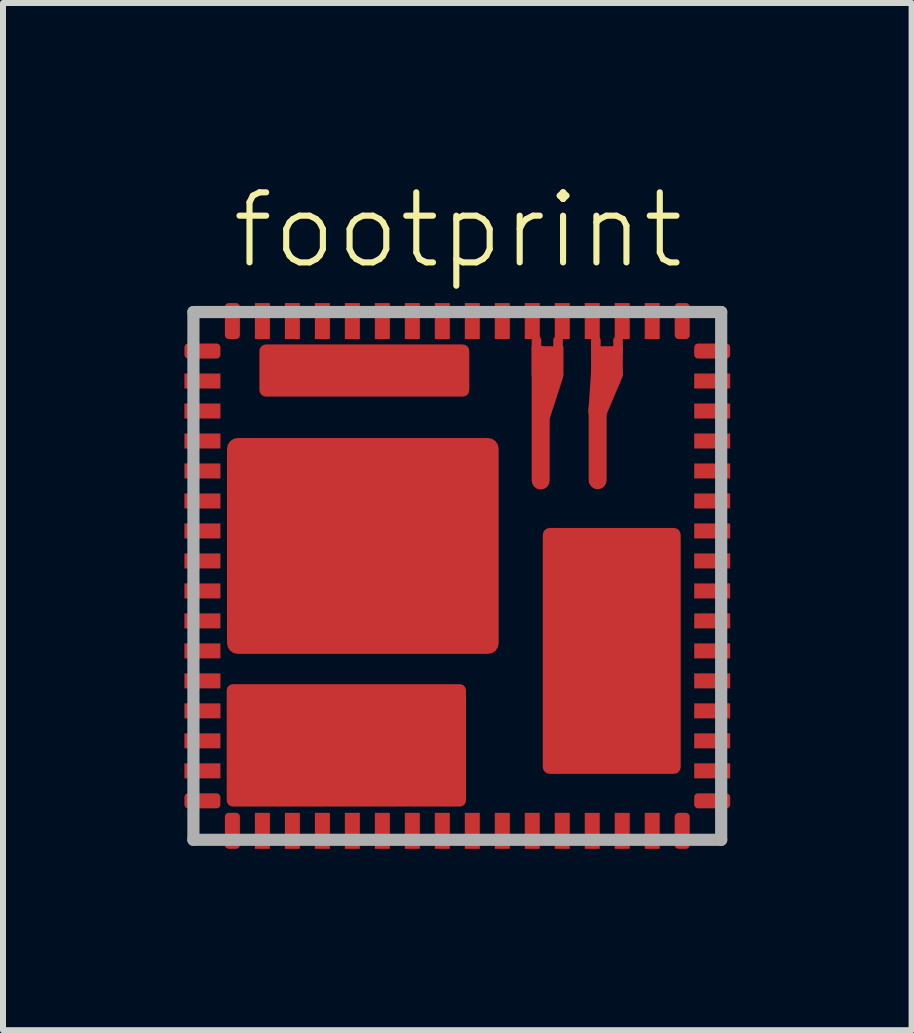
<source format=kicad_pcb>
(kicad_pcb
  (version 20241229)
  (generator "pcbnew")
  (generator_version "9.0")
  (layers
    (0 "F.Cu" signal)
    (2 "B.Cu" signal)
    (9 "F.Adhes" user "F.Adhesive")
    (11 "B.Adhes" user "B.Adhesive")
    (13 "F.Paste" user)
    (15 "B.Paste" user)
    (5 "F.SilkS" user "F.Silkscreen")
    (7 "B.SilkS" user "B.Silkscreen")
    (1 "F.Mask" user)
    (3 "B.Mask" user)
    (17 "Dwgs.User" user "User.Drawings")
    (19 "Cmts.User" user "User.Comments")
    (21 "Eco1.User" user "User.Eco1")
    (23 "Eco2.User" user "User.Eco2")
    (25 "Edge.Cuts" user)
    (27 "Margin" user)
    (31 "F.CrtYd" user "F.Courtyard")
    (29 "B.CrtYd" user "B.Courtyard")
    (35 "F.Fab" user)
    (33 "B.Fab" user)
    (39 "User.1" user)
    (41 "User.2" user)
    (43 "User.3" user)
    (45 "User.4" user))
  (footprint "footprint"
    (layer "F.Cu")
    (at 4.575 6.553)
    (property "Reference" "footprint" (at -3.81 -5.08 0) (layer "F.SilkS") (effects (font (size 1.168 1.168) (thickness 0.102)) (justify left bottom)))
    (fp_line (start 1.32 -3.92) (end 1.32 -1.54) (stroke (width 0.25) (type solid)) (layer "F.Mask"))
    (fp_line (start 1.32 -1.54) (end 1.45 -1.54) (stroke (width 0.25) (type solid)) (layer "F.Mask"))
    (fp_line (start 1.45 -1.54) (end 1.45 -2.63) (stroke (width 0.25) (type solid)) (layer "F.Mask"))
    (fp_line (start 1.675 -3.95) (end 1.675 -3.375) (stroke (width 0.3) (type solid)) (layer "F.Mask"))
    (fp_line (start 1.675 -3.375) (end 1.45 -2.7) (stroke (width 0.3) (type solid)) (layer "F.Mask"))
    (fp_line (start 2.24 -2.63) (end 2.24 -1.5) (stroke (width 0.25) (type solid)) (layer "F.Mask"))
    (fp_line (start 2.24 -1.5) (end 2.43 -1.5) (stroke (width 0.25) (type solid)) (layer "F.Mask"))
    (fp_line (start 2.31 -3.92) (end 2.31 -3.56) (stroke (width 0.25) (type solid)) (layer "F.Mask"))
    (fp_line (start 2.31 -3.56) (end 2.24 -2.63) (stroke (width 0.25) (type solid)) (layer "F.Mask"))
    (fp_line (start 2.43 -2.67) (end 2.68 -3.3) (stroke (width 0.25) (type solid)) (layer "F.Mask"))
    (fp_line (start 2.43 -1.5) (end 2.43 -2.67) (stroke (width 0.25) (type solid)) (layer "F.Mask"))
    (fp_line (start 2.68 -3.92) (end 2.68 -3.3) (stroke (width 0.25) (type solid)) (layer "F.Mask"))
    (fp_poly (pts (xy -4.575 -3.6) (xy -3.925 -3.6) (xy -3.925 -3.9) (xy -4.575 -3.9)) (stroke (width 0) (type solid)) (fill yes) (layer "F.Mask"))
    (fp_poly (pts (xy -4.575 -3.1) (xy -3.925 -3.1) (xy -3.925 -3.4) (xy -4.575 -3.4)) (stroke (width 0) (type solid)) (fill yes) (layer "F.Mask"))
    (fp_poly (pts (xy -4.575 -2.6) (xy -3.925 -2.6) (xy -3.925 -2.9) (xy -4.575 -2.9)) (stroke (width 0) (type solid)) (fill yes) (layer "F.Mask"))
    (fp_poly (pts (xy -4.575 -2.1) (xy -3.925 -2.1) (xy -3.925 -2.4) (xy -4.575 -2.4)) (stroke (width 0) (type solid)) (fill yes) (layer "F.Mask"))
    (fp_poly (pts (xy -4.575 -1.6) (xy -3.925 -1.6) (xy -3.925 -1.9) (xy -4.575 -1.9)) (stroke (width 0) (type solid)) (fill yes) (layer "F.Mask"))
    (fp_poly (pts (xy -4.575 -1.1) (xy -3.925 -1.1) (xy -3.925 -1.4) (xy -4.575 -1.4)) (stroke (width 0) (type solid)) (fill yes) (layer "F.Mask"))
    (fp_poly (pts (xy -4.575 -0.6) (xy -3.925 -0.6) (xy -3.925 -0.9) (xy -4.575 -0.9)) (stroke (width 0) (type solid)) (fill yes) (layer "F.Mask"))
    (fp_poly (pts (xy -4.575 -0.1) (xy -3.925 -0.1) (xy -3.925 -0.4) (xy -4.575 -0.4)) (stroke (width 0) (type solid)) (fill yes) (layer "F.Mask"))
    (fp_poly (pts (xy -4.575 0.4) (xy -3.925 0.4) (xy -3.925 0.1) (xy -4.575 0.1)) (stroke (width 0) (type solid)) (fill yes) (layer "F.Mask"))
    (fp_poly (pts (xy -4.575 0.9) (xy -3.925 0.9) (xy -3.925 0.6) (xy -4.575 0.6)) (stroke (width 0) (type solid)) (fill yes) (layer "F.Mask"))
    (fp_poly (pts (xy -4.575 1.4) (xy -3.925 1.4) (xy -3.925 1.1) (xy -4.575 1.1)) (stroke (width 0) (type solid)) (fill yes) (layer "F.Mask"))
    (fp_poly (pts (xy -4.575 1.9) (xy -3.925 1.9) (xy -3.925 1.6) (xy -4.575 1.6)) (stroke (width 0) (type solid)) (fill yes) (layer "F.Mask"))
    (fp_poly (pts (xy -4.575 2.4) (xy -3.925 2.4) (xy -3.925 2.1) (xy -4.575 2.1)) (stroke (width 0) (type solid)) (fill yes) (layer "F.Mask"))
    (fp_poly (pts (xy -4.575 2.9) (xy -3.925 2.9) (xy -3.925 2.6) (xy -4.575 2.6)) (stroke (width 0) (type solid)) (fill yes) (layer "F.Mask"))
    (fp_poly (pts (xy -4.575 3.4) (xy -3.925 3.4) (xy -3.925 3.1) (xy -4.575 3.1)) (stroke (width 0) (type solid)) (fill yes) (layer "F.Mask"))
    (fp_poly (pts (xy -4.575 3.9) (xy -3.925 3.9) (xy -3.925 3.6) (xy -4.575 3.6)) (stroke (width 0) (type solid)) (fill yes) (layer "F.Mask"))
    (fp_poly (pts (xy -3.9 -4.575) (xy -3.9 -3.925) (xy -3.6 -3.925) (xy -3.6 -4.575)) (stroke (width 0) (type solid)) (fill yes) (layer "F.Mask"))
    (fp_poly (pts (xy -3.875 1.325) (xy 0.725 1.325) (xy 0.725 -2.325) (xy -3.875 -2.325)) (stroke (width 0) (type solid)) (fill yes) (layer "F.Mask"))
    (fp_poly (pts (xy -3.875 3.875) (xy 0.175 3.875) (xy 0.175 1.775) (xy -3.875 1.775)) (stroke (width 0) (type solid)) (fill yes) (layer "F.Mask"))
    (fp_poly (pts (xy -3.6 4.575) (xy -3.6 3.925) (xy -3.9 3.925) (xy -3.9 4.575)) (stroke (width 0) (type solid)) (fill yes) (layer "F.Mask"))
    (fp_poly (pts (xy -3.4 -4.575) (xy -3.4 -3.925) (xy -3.1 -3.925) (xy -3.1 -4.575)) (stroke (width 0) (type solid)) (fill yes) (layer "F.Mask"))
    (fp_poly (pts (xy -3.325 -2.975) (xy 0.225 -2.975) (xy 0.225 -3.875) (xy -3.325 -3.875)) (stroke (width 0) (type solid)) (fill yes) (layer "F.Mask"))
    (fp_poly (pts (xy -3.1 4.575) (xy -3.1 3.925) (xy -3.4 3.925) (xy -3.4 4.575)) (stroke (width 0) (type solid)) (fill yes) (layer "F.Mask"))
    (fp_poly (pts (xy -2.9 -4.575) (xy -2.9 -3.925) (xy -2.6 -3.925) (xy -2.6 -4.575)) (stroke (width 0) (type solid)) (fill yes) (layer "F.Mask"))
    (fp_poly (pts (xy -2.6 4.575) (xy -2.6 3.925) (xy -2.9 3.925) (xy -2.9 4.575)) (stroke (width 0) (type solid)) (fill yes) (layer "F.Mask"))
    (fp_poly (pts (xy -2.4 -4.575) (xy -2.4 -3.925) (xy -2.1 -3.925) (xy -2.1 -4.575)) (stroke (width 0) (type solid)) (fill yes) (layer "F.Mask"))
    (fp_poly (pts (xy -2.1 4.575) (xy -2.1 3.925) (xy -2.4 3.925) (xy -2.4 4.575)) (stroke (width 0) (type solid)) (fill yes) (layer "F.Mask"))
    (fp_poly (pts (xy -1.9 -4.575) (xy -1.9 -3.925) (xy -1.6 -3.925) (xy -1.6 -4.575)) (stroke (width 0) (type solid)) (fill yes) (layer "F.Mask"))
    (fp_poly (pts (xy -1.6 4.575) (xy -1.6 3.925) (xy -1.9 3.925) (xy -1.9 4.575)) (stroke (width 0) (type solid)) (fill yes) (layer "F.Mask"))
    (fp_poly (pts (xy -1.4 -4.575) (xy -1.4 -3.925) (xy -1.1 -3.925) (xy -1.1 -4.575)) (stroke (width 0) (type solid)) (fill yes) (layer "F.Mask"))
    (fp_poly (pts (xy -1.1 4.575) (xy -1.1 3.925) (xy -1.4 3.925) (xy -1.4 4.575)) (stroke (width 0) (type solid)) (fill yes) (layer "F.Mask"))
    (fp_poly (pts (xy -0.9 -4.575) (xy -0.9 -3.925) (xy -0.6 -3.925) (xy -0.6 -4.575)) (stroke (width 0) (type solid)) (fill yes) (layer "F.Mask"))
    (fp_poly (pts (xy -0.6 4.575) (xy -0.6 3.925) (xy -0.9 3.925) (xy -0.9 4.575)) (stroke (width 0) (type solid)) (fill yes) (layer "F.Mask"))
    (fp_poly (pts (xy -0.4 -4.575) (xy -0.4 -3.925) (xy -0.1 -3.925) (xy -0.1 -4.575)) (stroke (width 0) (type solid)) (fill yes) (layer "F.Mask"))
    (fp_poly (pts (xy -0.1 4.575) (xy -0.1 3.925) (xy -0.4 3.925) (xy -0.4 4.575)) (stroke (width 0) (type solid)) (fill yes) (layer "F.Mask"))
    (fp_poly (pts (xy 0.1 -4.575) (xy 0.1 -3.925) (xy 0.4 -3.925) (xy 0.4 -4.575)) (stroke (width 0) (type solid)) (fill yes) (layer "F.Mask"))
    (fp_poly (pts (xy 0.4 4.575) (xy 0.4 3.925) (xy 0.1 3.925) (xy 0.1 4.575)) (stroke (width 0) (type solid)) (fill yes) (layer "F.Mask"))
    (fp_poly (pts (xy 0.6 -4.575) (xy 0.6 -3.925) (xy 0.9 -3.925) (xy 0.9 -4.575)) (stroke (width 0) (type solid)) (fill yes) (layer "F.Mask"))
    (fp_poly (pts (xy 0.9 4.575) (xy 0.9 3.925) (xy 0.6 3.925) (xy 0.6 4.575)) (stroke (width 0) (type solid)) (fill yes) (layer "F.Mask"))
    (fp_poly (pts (xy 1.1 -4.575) (xy 1.1 -3.925) (xy 1.4 -3.925) (xy 1.4 -4.575)) (stroke (width 0) (type solid)) (fill yes) (layer "F.Mask"))
    (fp_poly (pts (xy 1.4 -2.95) (xy 1.55 -2.95) (xy 1.55 -3.85) (xy 1.4 -3.85)) (stroke (width 0) (type solid)) (fill yes) (layer "F.Mask"))
    (fp_poly (pts (xy 1.4 3.325) (xy 3.75 3.325) (xy 3.75 -0.825) (xy 1.4 -0.825)) (stroke (width 0) (type solid)) (fill yes) (layer "F.Mask"))
    (fp_poly (pts (xy 1.4 4.575) (xy 1.4 3.925) (xy 1.1 3.925) (xy 1.1 4.575)) (stroke (width 0) (type solid)) (fill yes) (layer "F.Mask"))
    (fp_poly (pts (xy 1.6 -4.575) (xy 1.6 -3.925) (xy 1.9 -3.925) (xy 1.9 -4.575)) (stroke (width 0) (type solid)) (fill yes) (layer "F.Mask"))
    (fp_poly (pts (xy 1.9 4.575) (xy 1.9 3.925) (xy 1.6 3.925) (xy 1.6 4.575)) (stroke (width 0) (type solid)) (fill yes) (layer "F.Mask"))
    (fp_poly (pts (xy 2.1 -4.575) (xy 2.1 -3.925) (xy 2.4 -3.925) (xy 2.4 -4.575)) (stroke (width 0) (type solid)) (fill yes) (layer "F.Mask"))
    (fp_poly (pts (xy 2.35 -2.84) (xy 2.6 -2.84) (xy 2.6 -3.85) (xy 2.35 -3.85)) (stroke (width 0) (type solid)) (fill yes) (layer "F.Mask"))
    (fp_poly (pts (xy 2.4 4.575) (xy 2.4 3.925) (xy 2.1 3.925) (xy 2.1 4.575)) (stroke (width 0) (type solid)) (fill yes) (layer "F.Mask"))
    (fp_poly (pts (xy 2.6 -4.575) (xy 2.6 -3.925) (xy 2.9 -3.925) (xy 2.9 -4.575)) (stroke (width 0) (type solid)) (fill yes) (layer "F.Mask"))
    (fp_poly (pts (xy 2.9 4.575) (xy 2.9 3.925) (xy 2.6 3.925) (xy 2.6 4.575)) (stroke (width 0) (type solid)) (fill yes) (layer "F.Mask"))
    (fp_poly (pts (xy 3.1 -4.575) (xy 3.1 -3.925) (xy 3.4 -3.925) (xy 3.4 -4.575)) (stroke (width 0) (type solid)) (fill yes) (layer "F.Mask"))
    (fp_poly (pts (xy 3.4 4.575) (xy 3.4 3.925) (xy 3.1 3.925) (xy 3.1 4.575)) (stroke (width 0) (type solid)) (fill yes) (layer "F.Mask"))
    (fp_poly (pts (xy 3.6 -4.575) (xy 3.6 -3.925) (xy 3.9 -3.925) (xy 3.9 -4.575)) (stroke (width 0) (type solid)) (fill yes) (layer "F.Mask"))
    (fp_poly (pts (xy 3.9 4.575) (xy 3.9 3.925) (xy 3.6 3.925) (xy 3.6 4.575)) (stroke (width 0) (type solid)) (fill yes) (layer "F.Mask"))
    (fp_poly (pts (xy 4.575 -3.9) (xy 3.925 -3.9) (xy 3.925 -3.6) (xy 4.575 -3.6)) (stroke (width 0) (type solid)) (fill yes) (layer "F.Mask"))
    (fp_poly (pts (xy 4.575 -3.4) (xy 3.925 -3.4) (xy 3.925 -3.1) (xy 4.575 -3.1)) (stroke (width 0) (type solid)) (fill yes) (layer "F.Mask"))
    (fp_poly (pts (xy 4.575 -2.9) (xy 3.925 -2.9) (xy 3.925 -2.6) (xy 4.575 -2.6)) (stroke (width 0) (type solid)) (fill yes) (layer "F.Mask"))
    (fp_poly (pts (xy 4.575 -2.4) (xy 3.925 -2.4) (xy 3.925 -2.1) (xy 4.575 -2.1)) (stroke (width 0) (type solid)) (fill yes) (layer "F.Mask"))
    (fp_poly (pts (xy 4.575 -1.9) (xy 3.925 -1.9) (xy 3.925 -1.6) (xy 4.575 -1.6)) (stroke (width 0) (type solid)) (fill yes) (layer "F.Mask"))
    (fp_poly (pts (xy 4.575 -1.4) (xy 3.925 -1.4) (xy 3.925 -1.1) (xy 4.575 -1.1)) (stroke (width 0) (type solid)) (fill yes) (layer "F.Mask"))
    (fp_poly (pts (xy 4.575 -0.9) (xy 3.925 -0.9) (xy 3.925 -0.6) (xy 4.575 -0.6)) (stroke (width 0) (type solid)) (fill yes) (layer "F.Mask"))
    (fp_poly (pts (xy 4.575 -0.4) (xy 3.925 -0.4) (xy 3.925 -0.1) (xy 4.575 -0.1)) (stroke (width 0) (type solid)) (fill yes) (layer "F.Mask"))
    (fp_poly (pts (xy 4.575 0.1) (xy 3.925 0.1) (xy 3.925 0.4) (xy 4.575 0.4)) (stroke (width 0) (type solid)) (fill yes) (layer "F.Mask"))
    (fp_poly (pts (xy 4.575 0.6) (xy 3.925 0.6) (xy 3.925 0.9) (xy 4.575 0.9)) (stroke (width 0) (type solid)) (fill yes) (layer "F.Mask"))
    (fp_poly (pts (xy 4.575 1.1) (xy 3.925 1.1) (xy 3.925 1.4) (xy 4.575 1.4)) (stroke (width 0) (type solid)) (fill yes) (layer "F.Mask"))
    (fp_poly (pts (xy 4.575 1.6) (xy 3.925 1.6) (xy 3.925 1.9) (xy 4.575 1.9)) (stroke (width 0) (type solid)) (fill yes) (layer "F.Mask"))
    (fp_poly (pts (xy 4.575 2.1) (xy 3.925 2.1) (xy 3.925 2.4) (xy 4.575 2.4)) (stroke (width 0) (type solid)) (fill yes) (layer "F.Mask"))
    (fp_poly (pts (xy 4.575 2.6) (xy 3.925 2.6) (xy 3.925 2.9) (xy 4.575 2.9)) (stroke (width 0) (type solid)) (fill yes) (layer "F.Mask"))
    (fp_poly (pts (xy 4.575 3.1) (xy 3.925 3.1) (xy 3.925 3.4) (xy 4.575 3.4)) (stroke (width 0) (type solid)) (fill yes) (layer "F.Mask"))
    (fp_poly (pts (xy 4.575 3.6) (xy 3.925 3.6) (xy 3.925 3.9) (xy 4.575 3.9)) (stroke (width 0) (type solid)) (fill yes) (layer "F.Mask"))
    (fp_line (start 1.39 -3.67) (end 1.62 -3.67) (stroke (width 0.25) (type solid)) (layer "F.Paste"))
    (fp_line (start 1.39 -2.66) (end 1.39 -3.67) (stroke (width 0.25) (type solid)) (layer "F.Paste"))
    (fp_line (start 1.39 -1.59) (end 1.39 -2.66) (stroke (width 0.25) (type solid)) (layer "F.Paste"))
    (fp_line (start 1.62 -3.67) (end 1.62 -3.4) (stroke (width 0.25) (type solid)) (layer "F.Paste"))
    (fp_line (start 1.62 -3.4) (end 1.39 -2.66) (stroke (width 0.25) (type solid)) (layer "F.Paste"))
    (fp_line (start 2.33 -2.74) (end 2.59 -3.36) (stroke (width 0.25) (type solid)) (layer "F.Paste"))
    (fp_line (start 2.34 -1.6) (end 2.33 -2.74) (stroke (width 0.25) (type solid)) (layer "F.Paste"))
    (fp_line (start 2.39 -3.68) (end 2.33 -2.72) (stroke (width 0.25) (type solid)) (layer "F.Paste"))
    (fp_line (start 2.59 -3.68) (end 2.39 -3.68) (stroke (width 0.25) (type solid)) (layer "F.Paste"))
    (fp_line (start 2.59 -3.36) (end 2.59 -3.68) (stroke (width 0.25) (type solid)) (layer "F.Paste"))
    (fp_poly (pts (xy -4.525 -3.65) (xy -3.975 -3.65) (xy -3.975 -3.85) (xy -4.525 -3.85)) (stroke (width 0) (type solid)) (fill yes) (layer "F.Paste"))
    (fp_poly (pts (xy -4.525 -3.15) (xy -3.975 -3.15) (xy -3.975 -3.35) (xy -4.525 -3.35)) (stroke (width 0) (type solid)) (fill yes) (layer "F.Paste"))
    (fp_poly (pts (xy -4.525 -2.65) (xy -3.975 -2.65) (xy -3.975 -2.85) (xy -4.525 -2.85)) (stroke (width 0) (type solid)) (fill yes) (layer "F.Paste"))
    (fp_poly (pts (xy -4.525 -2.15) (xy -3.975 -2.15) (xy -3.975 -2.35) (xy -4.525 -2.35)) (stroke (width 0) (type solid)) (fill yes) (layer "F.Paste"))
    (fp_poly (pts (xy -4.525 -1.65) (xy -3.975 -1.65) (xy -3.975 -1.85) (xy -4.525 -1.85)) (stroke (width 0) (type solid)) (fill yes) (layer "F.Paste"))
    (fp_poly (pts (xy -4.525 -1.15) (xy -3.975 -1.15) (xy -3.975 -1.35) (xy -4.525 -1.35)) (stroke (width 0) (type solid)) (fill yes) (layer "F.Paste"))
    (fp_poly (pts (xy -4.525 -0.65) (xy -3.975 -0.65) (xy -3.975 -0.85) (xy -4.525 -0.85)) (stroke (width 0) (type solid)) (fill yes) (layer "F.Paste"))
    (fp_poly (pts (xy -4.525 -0.15) (xy -3.975 -0.15) (xy -3.975 -0.35) (xy -4.525 -0.35)) (stroke (width 0) (type solid)) (fill yes) (layer "F.Paste"))
    (fp_poly (pts (xy -4.525 0.35) (xy -3.975 0.35) (xy -3.975 0.15) (xy -4.525 0.15)) (stroke (width 0) (type solid)) (fill yes) (layer "F.Paste"))
    (fp_poly (pts (xy -4.525 0.85) (xy -3.975 0.85) (xy -3.975 0.65) (xy -4.525 0.65)) (stroke (width 0) (type solid)) (fill yes) (layer "F.Paste"))
    (fp_poly (pts (xy -4.525 1.35) (xy -3.975 1.35) (xy -3.975 1.15) (xy -4.525 1.15)) (stroke (width 0) (type solid)) (fill yes) (layer "F.Paste"))
    (fp_poly (pts (xy -4.525 1.85) (xy -3.975 1.85) (xy -3.975 1.65) (xy -4.525 1.65)) (stroke (width 0) (type solid)) (fill yes) (layer "F.Paste"))
    (fp_poly (pts (xy -4.525 2.35) (xy -3.975 2.35) (xy -3.975 2.15) (xy -4.525 2.15)) (stroke (width 0) (type solid)) (fill yes) (layer "F.Paste"))
    (fp_poly (pts (xy -4.525 2.85) (xy -3.975 2.85) (xy -3.975 2.65) (xy -4.525 2.65)) (stroke (width 0) (type solid)) (fill yes) (layer "F.Paste"))
    (fp_poly (pts (xy -4.525 3.35) (xy -3.975 3.35) (xy -3.975 3.15) (xy -4.525 3.15)) (stroke (width 0) (type solid)) (fill yes) (layer "F.Paste"))
    (fp_poly (pts (xy -4.525 3.85) (xy -3.975 3.85) (xy -3.975 3.65) (xy -4.525 3.65)) (stroke (width 0) (type solid)) (fill yes) (layer "F.Paste"))
    (fp_poly (pts (xy -3.85 -4.525) (xy -3.85 -3.975) (xy -3.65 -3.975) (xy -3.65 -4.525)) (stroke (width 0) (type solid)) (fill yes) (layer "F.Paste"))
    (fp_poly (pts (xy -3.75 3.76) (xy 0.03 3.76) (xy 0.03 1.91) (xy -3.75 1.91)) (stroke (width 0) (type solid)) (fill yes) (layer "F.Paste"))
    (fp_poly (pts (xy -3.72 1.19) (xy 0.59 1.19) (xy 0.59 -2.18) (xy -3.72 -2.18)) (stroke (width 0) (type solid)) (fill yes) (layer "F.Paste"))
    (fp_poly (pts (xy -3.65 4.525) (xy -3.65 3.975) (xy -3.85 3.975) (xy -3.85 4.525)) (stroke (width 0) (type solid)) (fill yes) (layer "F.Paste"))
    (fp_poly (pts (xy -3.35 -4.525) (xy -3.35 -3.975) (xy -3.15 -3.975) (xy -3.15 -4.525)) (stroke (width 0) (type solid)) (fill yes) (layer "F.Paste"))
    (fp_poly (pts (xy -3.23 -3.05) (xy 0.13 -3.05) (xy 0.13 -3.8) (xy -3.23 -3.8)) (stroke (width 0) (type solid)) (fill yes) (layer "F.Paste"))
    (fp_poly (pts (xy -3.15 4.525) (xy -3.15 3.975) (xy -3.35 3.975) (xy -3.35 4.525)) (stroke (width 0) (type solid)) (fill yes) (layer "F.Paste"))
    (fp_poly (pts (xy -2.85 -4.525) (xy -2.85 -3.975) (xy -2.65 -3.975) (xy -2.65 -4.525)) (stroke (width 0) (type solid)) (fill yes) (layer "F.Paste"))
    (fp_poly (pts (xy -2.65 4.525) (xy -2.65 3.975) (xy -2.85 3.975) (xy -2.85 4.525)) (stroke (width 0) (type solid)) (fill yes) (layer "F.Paste"))
    (fp_poly (pts (xy -2.35 -4.525) (xy -2.35 -3.975) (xy -2.15 -3.975) (xy -2.15 -4.525)) (stroke (width 0) (type solid)) (fill yes) (layer "F.Paste"))
    (fp_poly (pts (xy -2.15 4.525) (xy -2.15 3.975) (xy -2.35 3.975) (xy -2.35 4.525)) (stroke (width 0) (type solid)) (fill yes) (layer "F.Paste"))
    (fp_poly (pts (xy -1.85 -4.525) (xy -1.85 -3.975) (xy -1.65 -3.975) (xy -1.65 -4.525)) (stroke (width 0) (type solid)) (fill yes) (layer "F.Paste"))
    (fp_poly (pts (xy -1.65 4.525) (xy -1.65 3.975) (xy -1.85 3.975) (xy -1.85 4.525)) (stroke (width 0) (type solid)) (fill yes) (layer "F.Paste"))
    (fp_poly (pts (xy -1.35 -4.525) (xy -1.35 -3.975) (xy -1.15 -3.975) (xy -1.15 -4.525)) (stroke (width 0) (type solid)) (fill yes) (layer "F.Paste"))
    (fp_poly (pts (xy -1.15 4.525) (xy -1.15 3.975) (xy -1.35 3.975) (xy -1.35 4.525)) (stroke (width 0) (type solid)) (fill yes) (layer "F.Paste"))
    (fp_poly (pts (xy -0.85 -4.525) (xy -0.85 -3.975) (xy -0.65 -3.975) (xy -0.65 -4.525)) (stroke (width 0) (type solid)) (fill yes) (layer "F.Paste"))
    (fp_poly (pts (xy -0.65 4.525) (xy -0.65 3.975) (xy -0.85 3.975) (xy -0.85 4.525)) (stroke (width 0) (type solid)) (fill yes) (layer "F.Paste"))
    (fp_poly (pts (xy -0.35 -4.525) (xy -0.35 -3.975) (xy -0.15 -3.975) (xy -0.15 -4.525)) (stroke (width 0) (type solid)) (fill yes) (layer "F.Paste"))
    (fp_poly (pts (xy -0.15 4.525) (xy -0.15 3.975) (xy -0.35 3.975) (xy -0.35 4.525)) (stroke (width 0) (type solid)) (fill yes) (layer "F.Paste"))
    (fp_poly (pts (xy 0.15 -4.525) (xy 0.15 -3.975) (xy 0.35 -3.975) (xy 0.35 -4.525)) (stroke (width 0) (type solid)) (fill yes) (layer "F.Paste"))
    (fp_poly (pts (xy 0.35 4.525) (xy 0.35 3.975) (xy 0.15 3.975) (xy 0.15 4.525)) (stroke (width 0) (type solid)) (fill yes) (layer "F.Paste"))
    (fp_poly (pts (xy 0.65 -4.525) (xy 0.65 -3.975) (xy 0.85 -3.975) (xy 0.85 -4.525)) (stroke (width 0) (type solid)) (fill yes) (layer "F.Paste"))
    (fp_poly (pts (xy 0.85 4.525) (xy 0.85 3.975) (xy 0.65 3.975) (xy 0.65 4.525)) (stroke (width 0) (type solid)) (fill yes) (layer "F.Paste"))
    (fp_poly (pts (xy 1.15 -4.525) (xy 1.15 -3.975) (xy 1.35 -3.975) (xy 1.35 -4.525)) (stroke (width 0) (type solid)) (fill yes) (layer "F.Paste"))
    (fp_poly (pts (xy 1.35 4.525) (xy 1.35 3.975) (xy 1.15 3.975) (xy 1.15 4.525)) (stroke (width 0) (type solid)) (fill yes) (layer "F.Paste"))
    (fp_poly (pts (xy 1.51 3.21) (xy 3.63 3.21) (xy 3.63 -0.7) (xy 1.51 -0.7)) (stroke (width 0) (type solid)) (fill yes) (layer "F.Paste"))
    (fp_poly (pts (xy 1.65 -4.525) (xy 1.65 -3.975) (xy 1.85 -3.975) (xy 1.85 -4.525)) (stroke (width 0) (type solid)) (fill yes) (layer "F.Paste"))
    (fp_poly (pts (xy 1.85 4.525) (xy 1.85 3.975) (xy 1.65 3.975) (xy 1.65 4.525)) (stroke (width 0) (type solid)) (fill yes) (layer "F.Paste"))
    (fp_poly (pts (xy 2.15 -4.525) (xy 2.15 -3.975) (xy 2.35 -3.975) (xy 2.35 -4.525)) (stroke (width 0) (type solid)) (fill yes) (layer "F.Paste"))
    (fp_poly (pts (xy 2.35 4.525) (xy 2.35 3.975) (xy 2.15 3.975) (xy 2.15 4.525)) (stroke (width 0) (type solid)) (fill yes) (layer "F.Paste"))
    (fp_poly (pts (xy 2.65 -4.525) (xy 2.65 -3.975) (xy 2.85 -3.975) (xy 2.85 -4.525)) (stroke (width 0) (type solid)) (fill yes) (layer "F.Paste"))
    (fp_poly (pts (xy 2.85 4.525) (xy 2.85 3.975) (xy 2.65 3.975) (xy 2.65 4.525)) (stroke (width 0) (type solid)) (fill yes) (layer "F.Paste"))
    (fp_poly (pts (xy 3.15 -4.525) (xy 3.15 -3.975) (xy 3.35 -3.975) (xy 3.35 -4.525)) (stroke (width 0) (type solid)) (fill yes) (layer "F.Paste"))
    (fp_poly (pts (xy 3.35 4.525) (xy 3.35 3.975) (xy 3.15 3.975) (xy 3.15 4.525)) (stroke (width 0) (type solid)) (fill yes) (layer "F.Paste"))
    (fp_poly (pts (xy 3.65 -4.525) (xy 3.65 -3.975) (xy 3.85 -3.975) (xy 3.85 -4.525)) (stroke (width 0) (type solid)) (fill yes) (layer "F.Paste"))
    (fp_poly (pts (xy 3.85 4.525) (xy 3.85 3.975) (xy 3.65 3.975) (xy 3.65 4.525)) (stroke (width 0) (type solid)) (fill yes) (layer "F.Paste"))
    (fp_poly (pts (xy 4.525 -3.85) (xy 3.975 -3.85) (xy 3.975 -3.65) (xy 4.525 -3.65)) (stroke (width 0) (type solid)) (fill yes) (layer "F.Paste"))
    (fp_poly (pts (xy 4.525 -3.35) (xy 3.975 -3.35) (xy 3.975 -3.15) (xy 4.525 -3.15)) (stroke (width 0) (type solid)) (fill yes) (layer "F.Paste"))
    (fp_poly (pts (xy 4.525 -2.85) (xy 3.975 -2.85) (xy 3.975 -2.65) (xy 4.525 -2.65)) (stroke (width 0) (type solid)) (fill yes) (layer "F.Paste"))
    (fp_poly (pts (xy 4.525 -2.35) (xy 3.975 -2.35) (xy 3.975 -2.15) (xy 4.525 -2.15)) (stroke (width 0) (type solid)) (fill yes) (layer "F.Paste"))
    (fp_poly (pts (xy 4.525 -1.85) (xy 3.975 -1.85) (xy 3.975 -1.65) (xy 4.525 -1.65)) (stroke (width 0) (type solid)) (fill yes) (layer "F.Paste"))
    (fp_poly (pts (xy 4.525 -1.35) (xy 3.975 -1.35) (xy 3.975 -1.15) (xy 4.525 -1.15)) (stroke (width 0) (type solid)) (fill yes) (layer "F.Paste"))
    (fp_poly (pts (xy 4.525 -0.85) (xy 3.975 -0.85) (xy 3.975 -0.65) (xy 4.525 -0.65)) (stroke (width 0) (type solid)) (fill yes) (layer "F.Paste"))
    (fp_poly (pts (xy 4.525 -0.35) (xy 3.975 -0.35) (xy 3.975 -0.15) (xy 4.525 -0.15)) (stroke (width 0) (type solid)) (fill yes) (layer "F.Paste"))
    (fp_poly (pts (xy 4.525 0.15) (xy 3.975 0.15) (xy 3.975 0.35) (xy 4.525 0.35)) (stroke (width 0) (type solid)) (fill yes) (layer "F.Paste"))
    (fp_poly (pts (xy 4.525 0.65) (xy 3.975 0.65) (xy 3.975 0.85) (xy 4.525 0.85)) (stroke (width 0) (type solid)) (fill yes) (layer "F.Paste"))
    (fp_poly (pts (xy 4.525 1.15) (xy 3.975 1.15) (xy 3.975 1.35) (xy 4.525 1.35)) (stroke (width 0) (type solid)) (fill yes) (layer "F.Paste"))
    (fp_poly (pts (xy 4.525 1.65) (xy 3.975 1.65) (xy 3.975 1.85) (xy 4.525 1.85)) (stroke (width 0) (type solid)) (fill yes) (layer "F.Paste"))
    (fp_poly (pts (xy 4.525 2.15) (xy 3.975 2.15) (xy 3.975 2.35) (xy 4.525 2.35)) (stroke (width 0) (type solid)) (fill yes) (layer "F.Paste"))
    (fp_poly (pts (xy 4.525 2.65) (xy 3.975 2.65) (xy 3.975 2.85) (xy 4.525 2.85)) (stroke (width 0) (type solid)) (fill yes) (layer "F.Paste"))
    (fp_poly (pts (xy 4.525 3.15) (xy 3.975 3.15) (xy 3.975 3.35) (xy 4.525 3.35)) (stroke (width 0) (type solid)) (fill yes) (layer "F.Paste"))
    (fp_poly (pts (xy 4.525 3.65) (xy 3.975 3.65) (xy 3.975 3.85) (xy 4.525 3.85)) (stroke (width 0) (type solid)) (fill yes) (layer "F.Paste"))
    (fp_line (start -4.4 -4.4) (end -4.4 4.4) (stroke (width 0.203) (type solid)) (layer "F.Fab"))
    (fp_line (start -4.4 4.4) (end 4.4 4.4) (stroke (width 0.203) (type solid)) (layer "F.Fab"))
    (fp_line (start 4.4 -4.4) (end -4.4 -4.4) (stroke (width 0.203) (type solid)) (layer "F.Fab"))
    (fp_line (start 4.4 4.4) (end 4.4 -4.4) (stroke (width 0.203) (type solid)) (layer "F.Fab"))
    (pad "1" smd roundrect (at -4.25 -3.75) (size 0.6 0.25) (layers "F.Cu") (roundrect_rratio 0.25))
    (pad "2" smd rect (at -4.25 -3.25) (size 0.6 0.25) (layers "F.Cu"))
    (pad "3" smd rect (at -4.25 -2.75) (size 0.6 0.25) (layers "F.Cu"))
    (pad "4" smd rect (at -4.25 -2.25) (size 0.6 0.25) (layers "F.Cu"))
    (pad "5" smd rect (at -4.25 -1.75) (size 0.6 0.25) (layers "F.Cu"))
    (pad "6" smd rect (at -4.25 -1.25) (size 0.6 0.25) (layers "F.Cu"))
    (pad "7" smd rect (at -4.25 -0.75) (size 0.6 0.25) (layers "F.Cu"))
    (pad "8" smd rect (at -4.25 -0.25) (size 0.6 0.25) (layers "F.Cu"))
    (pad "9" smd rect (at -4.25 0.25) (size 0.6 0.25) (layers "F.Cu"))
    (pad "10" smd rect (at -4.25 0.75) (size 0.6 0.25) (layers "F.Cu"))
    (pad "11" smd rect (at -4.25 1.25) (size 0.6 0.25) (layers "F.Cu"))
    (pad "12" smd rect (at -4.25 1.75) (size 0.6 0.25) (layers "F.Cu"))
    (pad "13" smd rect (at -4.25 2.25) (size 0.6 0.25) (layers "F.Cu"))
    (pad "14" smd rect (at -4.25 2.75) (size 0.6 0.25) (layers "F.Cu"))
    (pad "15" smd rect (at -4.25 3.25) (size 0.6 0.25) (layers "F.Cu"))
    (pad "16" smd roundrect (at -4.25 3.75) (size 0.6 0.25) (layers "F.Cu") (roundrect_rratio 0.25))
    (pad "17" smd roundrect (at -3.75 4.25 90) (size 0.6 0.25) (layers "F.Cu") (roundrect_rratio 0.25))
    (pad "18" smd rect (at -3.25 4.25 90) (size 0.6 0.25) (layers "F.Cu"))
    (pad "19" smd rect (at -2.75 4.25 90) (size 0.6 0.25) (layers "F.Cu"))
    (pad "20" smd rect (at -2.25 4.25 90) (size 0.6 0.25) (layers "F.Cu"))
    (pad "21" smd rect (at -1.75 4.25 90) (size 0.6 0.25) (layers "F.Cu"))
    (pad "22" smd rect (at -1.25 4.25 90) (size 0.6 0.25) (layers "F.Cu"))
    (pad "23" smd rect (at -0.75 4.25 90) (size 0.6 0.25) (layers "F.Cu"))
    (pad "24" smd rect (at -0.25 4.25 90) (size 0.6 0.25) (layers "F.Cu"))
    (pad "25" smd rect (at 0.25 4.25 90) (size 0.6 0.25) (layers "F.Cu"))
    (pad "26" smd rect (at 0.75 4.25 90) (size 0.6 0.25) (layers "F.Cu"))
    (pad "27" smd rect (at 1.25 4.25 90) (size 0.6 0.25) (layers "F.Cu"))
    (pad "28" smd rect (at 1.75 4.25 90) (size 0.6 0.25) (layers "F.Cu"))
    (pad "29" smd rect (at 2.25 4.25 90) (size 0.6 0.25) (layers "F.Cu"))
    (pad "30" smd rect (at 2.75 4.25 90) (size 0.6 0.25) (layers "F.Cu"))
    (pad "31" smd rect (at 3.25 4.25 90) (size 0.6 0.25) (layers "F.Cu"))
    (pad "32" smd roundrect (at 3.75 4.25 90) (size 0.6 0.25) (layers "F.Cu") (roundrect_rratio 0.25))
    (pad "33" smd roundrect (at 4.25 3.75 180) (size 0.6 0.25) (layers "F.Cu") (roundrect_rratio 0.25))
    (pad "34" smd rect (at 4.25 3.25 180) (size 0.6 0.25) (layers "F.Cu"))
    (pad "35" smd rect (at 4.25 2.75 180) (size 0.6 0.25) (layers "F.Cu"))
    (pad "36" smd rect (at 4.25 2.25 180) (size 0.6 0.25) (layers "F.Cu"))
    (pad "37" smd rect (at 4.25 1.75 180) (size 0.6 0.25) (layers "F.Cu"))
    (pad "38" smd rect (at 4.25 1.25 180) (size 0.6 0.25) (layers "F.Cu"))
    (pad "39" smd rect (at 4.25 0.75 180) (size 0.6 0.25) (layers "F.Cu"))
    (pad "40" smd rect (at 4.25 0.25 180) (size 0.6 0.25) (layers "F.Cu"))
    (pad "41" smd rect (at 4.25 -0.25 180) (size 0.6 0.25) (layers "F.Cu"))
    (pad "42" smd rect (at 4.25 -0.75 180) (size 0.6 0.25) (layers "F.Cu"))
    (pad "43" smd rect (at 4.25 -1.25 180) (size 0.6 0.25) (layers "F.Cu"))
    (pad "44" smd rect (at 4.25 -1.75 180) (size 0.6 0.25) (layers "F.Cu"))
    (pad "45" smd rect (at 4.25 -2.25 180) (size 0.6 0.25) (layers "F.Cu"))
    (pad "46" smd rect (at 4.25 -2.75 180) (size 0.6 0.25) (layers "F.Cu"))
    (pad "47" smd rect (at 4.25 -3.25 180) (size 0.6 0.25) (layers "F.Cu"))
    (pad "48" smd roundrect (at 4.25 -3.75 180) (size 0.6 0.25) (layers "F.Cu") (roundrect_rratio 0.25))
    (pad "49" smd roundrect (at 3.75 -4.25 270) (size 0.6 0.25) (layers "F.Cu") (roundrect_rratio 0.25))
    (pad "50" smd rect (at 3.25 -4.25 270) (size 0.6 0.25) (layers "F.Cu"))
    (pad "51" smd rect (at 2.75 -4.25 270) (size 0.6 0.25) (layers "F.Cu"))
    (pad "51@1" smd roundrect (at 2.68 -3.83) (size 0.16 0.3) (layers "F.Cu") (roundrect_rratio 0.25))
    (pad "51@2" smd rect (at 2.495 -3.58) (size 0.53 0.5) (layers "F.Cu"))
    (pad "51@3" smd roundrect (at 2.475 -3.045 157) (size 0.3 1) (layers "F.Cu") (roundrect_rratio 0.5))
    (pad "51@4" smd roundrect (at 2.36 -3.1 176) (size 0.3 1) (layers "F.Cu") (roundrect_rratio 0.5))
    (pad "51@5" smd roundrect (at 2.34 -2.195) (size 0.3 1.5) (layers "F.Cu") (roundrect_rratio 0.5))
    (pad "52" smd rect (at 2.25 -4.25 270) (size 0.6 0.25) (layers "F.Cu"))
    (pad "52@1" smd roundrect (at 2.31 -3.83) (size 0.16 0.3) (layers "F.Cu") (roundrect_rratio 0.25))
    (pad "53" smd rect (at 1.75 -4.25 270) (size 0.6 0.25) (layers "F.Cu"))
    (pad "53@1" smd roundrect (at 1.68 -3.83) (size 0.16 0.3) (layers "F.Cu") (roundrect_rratio 0.25))
    (pad "53@2" smd rect (at 1.505 -3.58) (size 0.53 0.5) (layers "F.Cu"))
    (pad "53@3" smd roundrect (at 1.51 -3.015 162) (size 0.3 1) (layers "F.Cu") (roundrect_rratio 0.5))
    (pad "53@4" smd roundrect (at 1.39 -2.64) (size 0.3 2.4) (layers "F.Cu") (roundrect_rratio 0.5))
    (pad "54" smd rect (at 1.25 -4.25 270) (size 0.6 0.25) (layers "F.Cu"))
    (pad "54@1" smd roundrect (at 1.32 -3.83) (size 0.16 0.3) (layers "F.Cu") (roundrect_rratio 0.25))
    (pad "55" smd rect (at 0.75 -4.25 270) (size 0.6 0.25) (layers "F.Cu"))
    (pad "56" smd rect (at 0.25 -4.25 270) (size 0.6 0.25) (layers "F.Cu"))
    (pad "57" smd rect (at -0.25 -4.25 270) (size 0.6 0.25) (layers "F.Cu"))
    (pad "58" smd rect (at -0.75 -4.25 270) (size 0.6 0.25) (layers "F.Cu"))
    (pad "59" smd rect (at -1.25 -4.25 270) (size 0.6 0.25) (layers "F.Cu"))
    (pad "60" smd rect (at -1.75 -4.25 270) (size 0.6 0.25) (layers "F.Cu"))
    (pad "61" smd rect (at -2.25 -4.25 270) (size 0.6 0.25) (layers "F.Cu"))
    (pad "62" smd rect (at -2.75 -4.25 270) (size 0.6 0.25) (layers "F.Cu"))
    (pad "63" smd rect (at -3.25 -4.25 270) (size 0.6 0.25) (layers "F.Cu"))
    (pad "64" smd roundrect (at -3.75 -4.25 270) (size 0.6 0.25) (layers "F.Cu") (roundrect_rratio 0.25))
    (pad "65" smd roundrect (at -1.55 -3.425) (size 3.5 0.87) (layers "F.Cu") (roundrect_rratio 0.125))
    (pad "66" smd roundrect (at -1.575 -0.5) (size 4.53 3.6) (layers "F.Cu") (roundrect_rratio 0.05))
    (pad "67" smd roundrect (at -1.85 2.825) (size 3.99 2.04) (layers "F.Cu") (roundrect_rratio 0.05))
    (pad "68" smd roundrect (at 2.575 1.25) (size 2.3 4.1) (layers "F.Cu") (roundrect_rratio 0.05)))
  (gr_rect
    (start -3 -3)
    (end 12.15 14.128)
    (stroke (width 0.1) (type default))
    (fill no)
    (layer "Edge.Cuts")))
</source>
